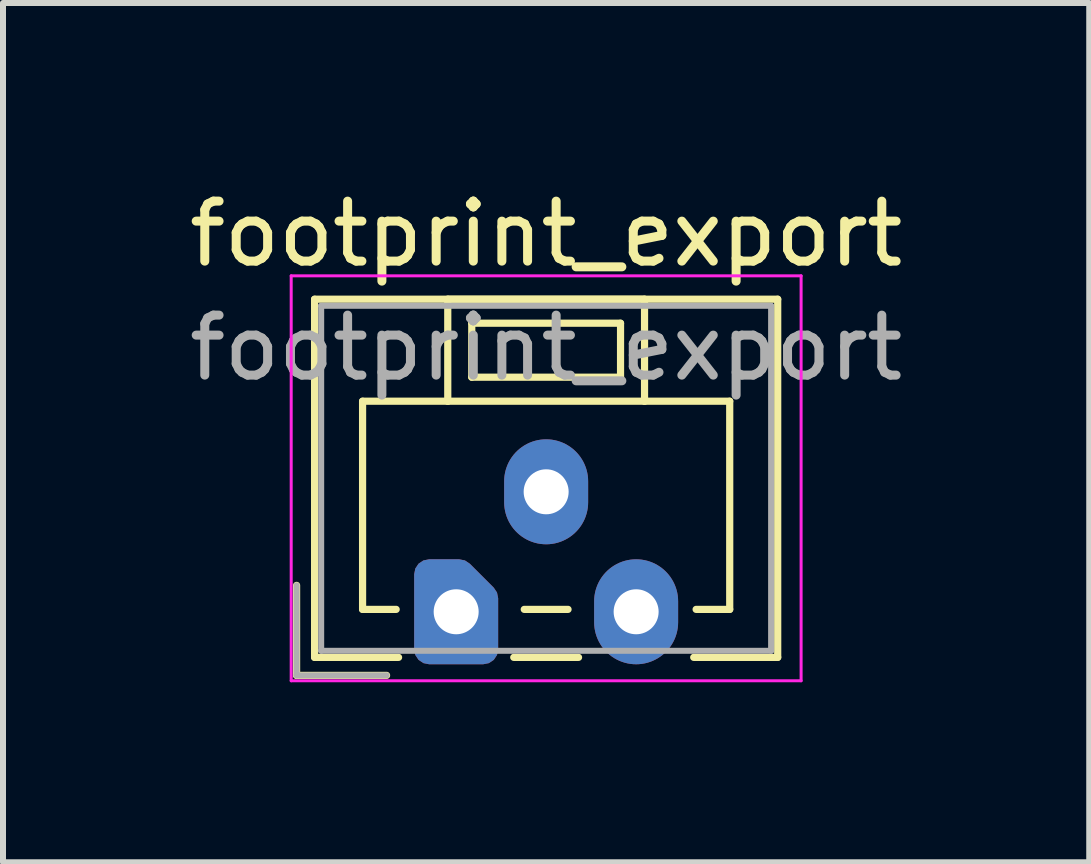
<source format=kicad_pcb>
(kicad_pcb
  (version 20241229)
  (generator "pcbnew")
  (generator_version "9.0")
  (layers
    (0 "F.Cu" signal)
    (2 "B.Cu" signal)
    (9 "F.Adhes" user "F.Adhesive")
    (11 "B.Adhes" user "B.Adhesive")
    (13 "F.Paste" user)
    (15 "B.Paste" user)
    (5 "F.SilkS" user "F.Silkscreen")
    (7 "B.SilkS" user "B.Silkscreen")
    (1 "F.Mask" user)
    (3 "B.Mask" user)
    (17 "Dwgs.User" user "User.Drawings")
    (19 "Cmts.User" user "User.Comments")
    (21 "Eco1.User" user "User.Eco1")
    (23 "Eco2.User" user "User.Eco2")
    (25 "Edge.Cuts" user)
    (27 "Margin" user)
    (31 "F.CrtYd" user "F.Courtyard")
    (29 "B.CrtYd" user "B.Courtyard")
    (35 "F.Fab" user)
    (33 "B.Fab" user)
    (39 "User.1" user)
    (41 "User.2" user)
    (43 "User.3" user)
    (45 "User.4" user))
  (footprint "footprint_export"
    (layer "F.Cu")
    (at 4.554 7.148)
    (property "Reference" "footprint_export" (at 1.5 -6.3 0) (layer "F.SilkS") (effects (font (size 1 1) (thickness 0.15))))
    (attr through_hole)
    (fp_line (start -2.66 -0.44) (end -2.66 1.06) (stroke (width 0.12) (type solid)) (layer "F.SilkS"))
    (fp_line (start -2.66 1.06) (end -1.16 1.06) (stroke (width 0.12) (type solid)) (layer "F.SilkS"))
    (fp_line (start -2.36 -5.21) (end 5.36 -5.21) (stroke (width 0.12) (type solid)) (layer "F.SilkS"))
    (fp_line (start -2.36 0.76) (end -2.36 -5.21) (stroke (width 0.12) (type solid)) (layer "F.SilkS"))
    (fp_line (start -1.56 -3.51) (end -1.56 -0.04) (stroke (width 0.12) (type solid)) (layer "F.SilkS"))
    (fp_line (start -1.56 -0.04) (end -1 -0.04) (stroke (width 0.12) (type solid)) (layer "F.SilkS"))
    (fp_line (start -0.96 0.76) (end -2.36 0.76) (stroke (width 0.12) (type solid)) (layer "F.SilkS"))
    (fp_line (start -0.14 -5.21) (end -0.14 -3.51) (stroke (width 0.12) (type solid)) (layer "F.SilkS"))
    (fp_line (start -0.14 -3.51) (end -1.56 -3.51) (stroke (width 0.12) (type solid)) (layer "F.SilkS"))
    (fp_line (start -0.14 -3.51) (end 3.14 -3.51) (stroke (width 0.12) (type solid)) (layer "F.SilkS"))
    (fp_line (start 0.26 -4.81) (end 0.26 -3.91) (stroke (width 0.12) (type solid)) (layer "F.SilkS"))
    (fp_line (start 0.26 -3.91) (end 2.74 -3.91) (stroke (width 0.12) (type solid)) (layer "F.SilkS"))
    (fp_line (start 0.96 0.76) (end 2.04 0.76) (stroke (width 0.12) (type solid)) (layer "F.SilkS"))
    (fp_line (start 1.135 -0.04) (end 1.865 -0.04) (stroke (width 0.12) (type solid)) (layer "F.SilkS"))
    (fp_line (start 2.74 -4.81) (end 0.26 -4.81) (stroke (width 0.12) (type solid)) (layer "F.SilkS"))
    (fp_line (start 2.74 -3.91) (end 2.74 -4.81) (stroke (width 0.12) (type solid)) (layer "F.SilkS"))
    (fp_line (start 3.14 -5.21) (end -0.14 -5.21) (stroke (width 0.12) (type solid)) (layer "F.SilkS"))
    (fp_line (start 3.14 -3.51) (end 3.14 -5.21) (stroke (width 0.12) (type solid)) (layer "F.SilkS"))
    (fp_line (start 3.14 -3.51) (end 4.56 -3.51) (stroke (width 0.12) (type solid)) (layer "F.SilkS"))
    (fp_line (start 4.56 -3.51) (end 4.56 -0.04) (stroke (width 0.12) (type solid)) (layer "F.SilkS"))
    (fp_line (start 4.56 -0.04) (end 4 -0.04) (stroke (width 0.12) (type solid)) (layer "F.SilkS"))
    (fp_line (start 5.36 -5.21) (end 5.36 0.76) (stroke (width 0.12) (type solid)) (layer "F.SilkS"))
    (fp_line (start 5.36 0.76) (end 3.96 0.76) (stroke (width 0.12) (type solid)) (layer "F.SilkS"))
    (fp_line (start -2.75 -5.6) (end -2.75 1.15) (stroke (width 0.05) (type solid)) (layer "F.CrtYd"))
    (fp_line (start -2.75 1.15) (end 5.75 1.15) (stroke (width 0.05) (type solid)) (layer "F.CrtYd"))
    (fp_line (start 5.75 -5.6) (end -2.75 -5.6) (stroke (width 0.05) (type solid)) (layer "F.CrtYd"))
    (fp_line (start 5.75 1.15) (end 5.75 -5.6) (stroke (width 0.05) (type solid)) (layer "F.CrtYd"))
    (fp_line (start -2.66 -0.44) (end -2.66 1.06) (stroke (width 0.1) (type solid)) (layer "F.Fab"))
    (fp_line (start -2.66 1.06) (end -1.16 1.06) (stroke (width 0.1) (type solid)) (layer "F.Fab"))
    (fp_line (start -2.25 -5.1) (end -2.25 0.65) (stroke (width 0.1) (type solid)) (layer "F.Fab"))
    (fp_line (start -2.25 0.65) (end 5.25 0.65) (stroke (width 0.1) (type solid)) (layer "F.Fab"))
    (fp_line (start 5.25 -5.1) (end -2.25 -5.1) (stroke (width 0.1) (type solid)) (layer "F.Fab"))
    (fp_line (start 5.25 0.65) (end 5.25 -5.1) (stroke (width 0.1) (type solid)) (layer "F.Fab"))
    (fp_text user "${REFERENCE}" (at 1.5 -4.4 0) (layer "F.Fab") (effects (font (size 1 1) (thickness 0.15))))
    (pad "1" thru_hole custom (at 0 0) (size 1.117 1.117) (drill 0.75) (layers "*.Cu" "*.Mask") (options (anchor circle)) (primitives (gr_poly (pts (xy 0.45 -0.225) (xy 0.45 0.625) (xy -0.45 0.625) (xy -0.45 -0.625) (xy 0.05 -0.625)) (width 0.5) (fill yes))))
    (pad "2" thru_hole oval (at 1.5 -2) (size 1.4 1.75) (drill 0.75) (layers "*.Cu" "*.Mask"))
    (pad "3" thru_hole oval (at 3 0) (size 1.4 1.75) (drill 0.75) (layers "*.Cu" "*.Mask")))
  (gr_rect
    (start -3 -3)
    (end 15.107 11.323)
    (stroke (width 0.1) (type default))
    (fill no)
    (layer "Edge.Cuts")))
</source>
